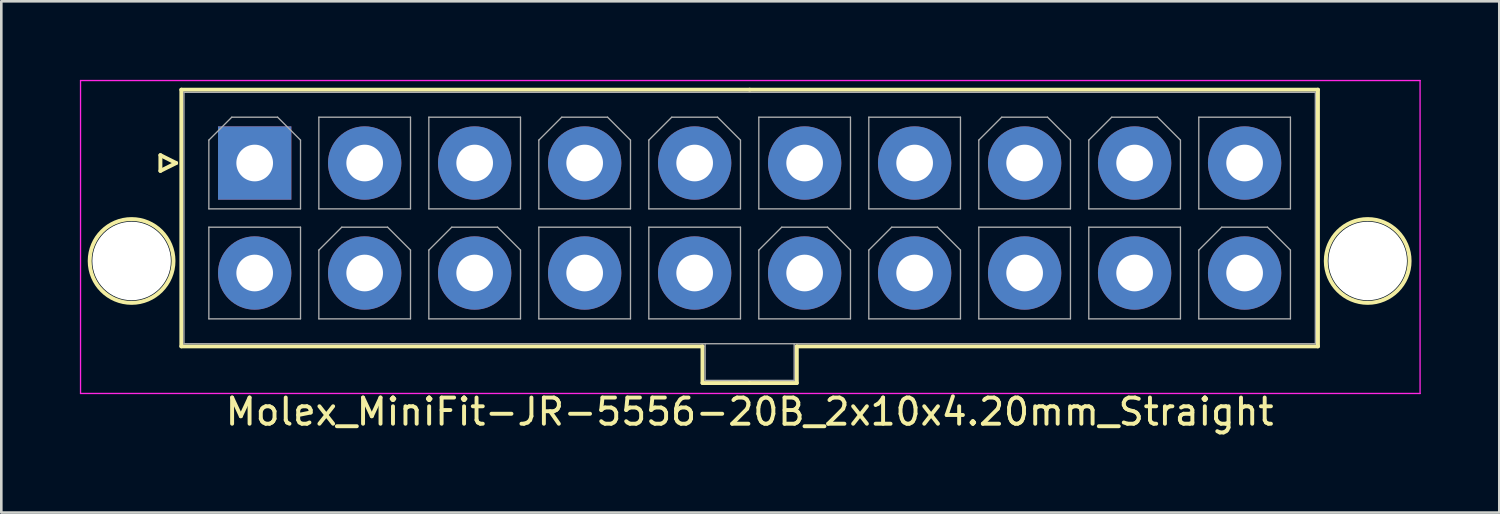
<source format=kicad_pcb>
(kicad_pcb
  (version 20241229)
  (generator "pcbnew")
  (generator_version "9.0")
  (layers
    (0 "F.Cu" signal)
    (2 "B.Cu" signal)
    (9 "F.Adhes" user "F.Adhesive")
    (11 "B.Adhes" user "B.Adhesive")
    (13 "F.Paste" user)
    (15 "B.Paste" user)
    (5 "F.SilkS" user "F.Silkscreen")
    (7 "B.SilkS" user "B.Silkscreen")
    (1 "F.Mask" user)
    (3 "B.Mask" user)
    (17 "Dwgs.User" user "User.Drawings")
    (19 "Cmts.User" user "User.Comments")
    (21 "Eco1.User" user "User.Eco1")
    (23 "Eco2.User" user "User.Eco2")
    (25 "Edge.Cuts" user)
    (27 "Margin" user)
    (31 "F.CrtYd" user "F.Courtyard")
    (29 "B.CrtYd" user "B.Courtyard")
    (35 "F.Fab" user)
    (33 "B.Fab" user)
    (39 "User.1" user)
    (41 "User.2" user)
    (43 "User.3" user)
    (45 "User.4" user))
  (footprint "Molex_MiniFit-JR-5556-20B_2x10x4.20mm_Straight"
    (layer "F.Cu")
    (at 6.675 3.175)
    (property "Reference" "Molex_MiniFit-JR-5556-20B_2x10x4.20mm_Straight" (at 18.9 9.5 0) (layer "F.SilkS") (effects (font (size 1 1) (thickness 0.15))))
    (attr through_hole)
    (fp_line (start -3.6 -0.3) (end -3 0) (stroke (width 0.15) (type solid)) (layer "F.SilkS"))
    (fp_line (start -3.6 0.3) (end -3.6 -0.3) (stroke (width 0.15) (type solid)) (layer "F.SilkS"))
    (fp_line (start -3 0) (end -3.6 0.3) (stroke (width 0.15) (type solid)) (layer "F.SilkS"))
    (fp_line (start -2.8 -2.8) (end -2.8 7) (stroke (width 0.15) (type solid)) (layer "F.SilkS"))
    (fp_line (start -2.8 7) (end 17.1 7) (stroke (width 0.15) (type solid)) (layer "F.SilkS"))
    (fp_line (start 17.1 7) (end 17.1 8.4) (stroke (width 0.15) (type solid)) (layer "F.SilkS"))
    (fp_line (start 17.1 8.4) (end 18.9 8.4) (stroke (width 0.15) (type solid)) (layer "F.SilkS"))
    (fp_line (start 18.9 -2.8) (end -2.8 -2.8) (stroke (width 0.15) (type solid)) (layer "F.SilkS"))
    (fp_line (start 18.9 -2.8) (end 40.6 -2.8) (stroke (width 0.15) (type solid)) (layer "F.SilkS"))
    (fp_line (start 20.7 7) (end 20.7 8.4) (stroke (width 0.15) (type solid)) (layer "F.SilkS"))
    (fp_line (start 20.7 8.4) (end 18.9 8.4) (stroke (width 0.15) (type solid)) (layer "F.SilkS"))
    (fp_line (start 40.6 -2.8) (end 40.6 7) (stroke (width 0.15) (type solid)) (layer "F.SilkS"))
    (fp_line (start 40.6 7) (end 20.7 7) (stroke (width 0.15) (type solid)) (layer "F.SilkS"))
    (fp_circle (center -4.7 3.74) (end -3.1 3.74) (stroke (width 0.15) (type solid)) (fill no) (layer "F.SilkS"))
    (fp_circle (center 42.5 3.74) (end 44.1 3.74) (stroke (width 0.15) (type solid)) (fill no) (layer "F.SilkS"))
    (fp_line (start -6.65 -3.15) (end -6.65 8.8) (stroke (width 0.05) (type solid)) (layer "F.CrtYd"))
    (fp_line (start -6.65 8.8) (end 44.5 8.8) (stroke (width 0.05) (type solid)) (layer "F.CrtYd"))
    (fp_line (start 44.5 -3.15) (end -6.65 -3.15) (stroke (width 0.05) (type solid)) (layer "F.CrtYd"))
    (fp_line (start 44.5 8.8) (end 44.5 -3.15) (stroke (width 0.05) (type solid)) (layer "F.CrtYd"))
    (fp_line (start -2.7 -2.7) (end -2.7 6.9) (stroke (width 0.05) (type solid)) (layer "F.Fab"))
    (fp_line (start -2.7 6.9) (end 40.5 6.9) (stroke (width 0.05) (type solid)) (layer "F.Fab"))
    (fp_line (start -1.75 -0.875) (end -0.875 -1.75) (stroke (width 0.05) (type solid)) (layer "F.Fab"))
    (fp_line (start -1.75 1.75) (end -1.75 -0.875) (stroke (width 0.05) (type solid)) (layer "F.Fab"))
    (fp_line (start -1.75 2.45) (end -1.75 5.95) (stroke (width 0.05) (type solid)) (layer "F.Fab"))
    (fp_line (start -1.75 5.95) (end 1.75 5.95) (stroke (width 0.05) (type solid)) (layer "F.Fab"))
    (fp_line (start -0.875 -1.75) (end 0.875 -1.75) (stroke (width 0.05) (type solid)) (layer "F.Fab"))
    (fp_line (start 0.875 -1.75) (end 1.75 -0.875) (stroke (width 0.05) (type solid)) (layer "F.Fab"))
    (fp_line (start 1.75 -0.875) (end 1.75 1.75) (stroke (width 0.05) (type solid)) (layer "F.Fab"))
    (fp_line (start 1.75 1.75) (end -1.75 1.75) (stroke (width 0.05) (type solid)) (layer "F.Fab"))
    (fp_line (start 1.75 2.45) (end -1.75 2.45) (stroke (width 0.05) (type solid)) (layer "F.Fab"))
    (fp_line (start 1.75 5.95) (end 1.75 2.45) (stroke (width 0.05) (type solid)) (layer "F.Fab"))
    (fp_line (start 2.45 -1.75) (end 2.45 1.75) (stroke (width 0.05) (type solid)) (layer "F.Fab"))
    (fp_line (start 2.45 1.75) (end 5.95 1.75) (stroke (width 0.05) (type solid)) (layer "F.Fab"))
    (fp_line (start 2.45 3.325) (end 3.325 2.45) (stroke (width 0.05) (type solid)) (layer "F.Fab"))
    (fp_line (start 2.45 5.95) (end 2.45 3.325) (stroke (width 0.05) (type solid)) (layer "F.Fab"))
    (fp_line (start 3.325 2.45) (end 5.075 2.45) (stroke (width 0.05) (type solid)) (layer "F.Fab"))
    (fp_line (start 5.075 2.45) (end 5.95 3.325) (stroke (width 0.05) (type solid)) (layer "F.Fab"))
    (fp_line (start 5.95 -1.75) (end 2.45 -1.75) (stroke (width 0.05) (type solid)) (layer "F.Fab"))
    (fp_line (start 5.95 1.75) (end 5.95 -1.75) (stroke (width 0.05) (type solid)) (layer "F.Fab"))
    (fp_line (start 5.95 3.325) (end 5.95 5.95) (stroke (width 0.05) (type solid)) (layer "F.Fab"))
    (fp_line (start 5.95 5.95) (end 2.45 5.95) (stroke (width 0.05) (type solid)) (layer "F.Fab"))
    (fp_line (start 6.65 -1.75) (end 6.65 1.75) (stroke (width 0.05) (type solid)) (layer "F.Fab"))
    (fp_line (start 6.65 1.75) (end 10.15 1.75) (stroke (width 0.05) (type solid)) (layer "F.Fab"))
    (fp_line (start 6.65 3.325) (end 7.525 2.45) (stroke (width 0.05) (type solid)) (layer "F.Fab"))
    (fp_line (start 6.65 5.95) (end 6.65 3.325) (stroke (width 0.05) (type solid)) (layer "F.Fab"))
    (fp_line (start 7.525 2.45) (end 9.275 2.45) (stroke (width 0.05) (type solid)) (layer "F.Fab"))
    (fp_line (start 9.275 2.45) (end 10.15 3.325) (stroke (width 0.05) (type solid)) (layer "F.Fab"))
    (fp_line (start 10.15 -1.75) (end 6.65 -1.75) (stroke (width 0.05) (type solid)) (layer "F.Fab"))
    (fp_line (start 10.15 1.75) (end 10.15 -1.75) (stroke (width 0.05) (type solid)) (layer "F.Fab"))
    (fp_line (start 10.15 3.325) (end 10.15 5.95) (stroke (width 0.05) (type solid)) (layer "F.Fab"))
    (fp_line (start 10.15 5.95) (end 6.65 5.95) (stroke (width 0.05) (type solid)) (layer "F.Fab"))
    (fp_line (start 10.85 -0.875) (end 11.725 -1.75) (stroke (width 0.05) (type solid)) (layer "F.Fab"))
    (fp_line (start 10.85 1.75) (end 10.85 -0.875) (stroke (width 0.05) (type solid)) (layer "F.Fab"))
    (fp_line (start 10.85 2.45) (end 10.85 5.95) (stroke (width 0.05) (type solid)) (layer "F.Fab"))
    (fp_line (start 10.85 5.95) (end 14.35 5.95) (stroke (width 0.05) (type solid)) (layer "F.Fab"))
    (fp_line (start 11.725 -1.75) (end 13.475 -1.75) (stroke (width 0.05) (type solid)) (layer "F.Fab"))
    (fp_line (start 13.475 -1.75) (end 14.35 -0.875) (stroke (width 0.05) (type solid)) (layer "F.Fab"))
    (fp_line (start 14.35 -0.875) (end 14.35 1.75) (stroke (width 0.05) (type solid)) (layer "F.Fab"))
    (fp_line (start 14.35 1.75) (end 10.85 1.75) (stroke (width 0.05) (type solid)) (layer "F.Fab"))
    (fp_line (start 14.35 2.45) (end 10.85 2.45) (stroke (width 0.05) (type solid)) (layer "F.Fab"))
    (fp_line (start 14.35 5.95) (end 14.35 2.45) (stroke (width 0.05) (type solid)) (layer "F.Fab"))
    (fp_line (start 15.05 -0.875) (end 15.925 -1.75) (stroke (width 0.05) (type solid)) (layer "F.Fab"))
    (fp_line (start 15.05 1.75) (end 15.05 -0.875) (stroke (width 0.05) (type solid)) (layer "F.Fab"))
    (fp_line (start 15.05 2.45) (end 15.05 5.95) (stroke (width 0.05) (type solid)) (layer "F.Fab"))
    (fp_line (start 15.05 5.95) (end 18.55 5.95) (stroke (width 0.05) (type solid)) (layer "F.Fab"))
    (fp_line (start 15.925 -1.75) (end 17.675 -1.75) (stroke (width 0.05) (type solid)) (layer "F.Fab"))
    (fp_line (start 17.2 6.9) (end 17.2 8.3) (stroke (width 0.05) (type solid)) (layer "F.Fab"))
    (fp_line (start 17.2 8.3) (end 20.6 8.3) (stroke (width 0.05) (type solid)) (layer "F.Fab"))
    (fp_line (start 17.675 -1.75) (end 18.55 -0.875) (stroke (width 0.05) (type solid)) (layer "F.Fab"))
    (fp_line (start 18.55 -0.875) (end 18.55 1.75) (stroke (width 0.05) (type solid)) (layer "F.Fab"))
    (fp_line (start 18.55 1.75) (end 15.05 1.75) (stroke (width 0.05) (type solid)) (layer "F.Fab"))
    (fp_line (start 18.55 2.45) (end 15.05 2.45) (stroke (width 0.05) (type solid)) (layer "F.Fab"))
    (fp_line (start 18.55 5.95) (end 18.55 2.45) (stroke (width 0.05) (type solid)) (layer "F.Fab"))
    (fp_line (start 19.25 -1.75) (end 19.25 1.75) (stroke (width 0.05) (type solid)) (layer "F.Fab"))
    (fp_line (start 19.25 1.75) (end 22.75 1.75) (stroke (width 0.05) (type solid)) (layer "F.Fab"))
    (fp_line (start 19.25 3.325) (end 20.125 2.45) (stroke (width 0.05) (type solid)) (layer "F.Fab"))
    (fp_line (start 19.25 5.95) (end 19.25 3.325) (stroke (width 0.05) (type solid)) (layer "F.Fab"))
    (fp_line (start 20.125 2.45) (end 21.875 2.45) (stroke (width 0.05) (type solid)) (layer "F.Fab"))
    (fp_line (start 20.6 8.3) (end 20.6 6.9) (stroke (width 0.05) (type solid)) (layer "F.Fab"))
    (fp_line (start 21.875 2.45) (end 22.75 3.325) (stroke (width 0.05) (type solid)) (layer "F.Fab"))
    (fp_line (start 22.75 -1.75) (end 19.25 -1.75) (stroke (width 0.05) (type solid)) (layer "F.Fab"))
    (fp_line (start 22.75 1.75) (end 22.75 -1.75) (stroke (width 0.05) (type solid)) (layer "F.Fab"))
    (fp_line (start 22.75 3.325) (end 22.75 5.95) (stroke (width 0.05) (type solid)) (layer "F.Fab"))
    (fp_line (start 22.75 5.95) (end 19.25 5.95) (stroke (width 0.05) (type solid)) (layer "F.Fab"))
    (fp_line (start 23.45 -1.75) (end 23.45 1.75) (stroke (width 0.05) (type solid)) (layer "F.Fab"))
    (fp_line (start 23.45 1.75) (end 26.95 1.75) (stroke (width 0.05) (type solid)) (layer "F.Fab"))
    (fp_line (start 23.45 3.325) (end 24.325 2.45) (stroke (width 0.05) (type solid)) (layer "F.Fab"))
    (fp_line (start 23.45 5.95) (end 23.45 3.325) (stroke (width 0.05) (type solid)) (layer "F.Fab"))
    (fp_line (start 24.325 2.45) (end 26.075 2.45) (stroke (width 0.05) (type solid)) (layer "F.Fab"))
    (fp_line (start 26.075 2.45) (end 26.95 3.325) (stroke (width 0.05) (type solid)) (layer "F.Fab"))
    (fp_line (start 26.95 -1.75) (end 23.45 -1.75) (stroke (width 0.05) (type solid)) (layer "F.Fab"))
    (fp_line (start 26.95 1.75) (end 26.95 -1.75) (stroke (width 0.05) (type solid)) (layer "F.Fab"))
    (fp_line (start 26.95 3.325) (end 26.95 5.95) (stroke (width 0.05) (type solid)) (layer "F.Fab"))
    (fp_line (start 26.95 5.95) (end 23.45 5.95) (stroke (width 0.05) (type solid)) (layer "F.Fab"))
    (fp_line (start 27.65 -0.875) (end 28.525 -1.75) (stroke (width 0.05) (type solid)) (layer "F.Fab"))
    (fp_line (start 27.65 1.75) (end 27.65 -0.875) (stroke (width 0.05) (type solid)) (layer "F.Fab"))
    (fp_line (start 27.65 2.45) (end 27.65 5.95) (stroke (width 0.05) (type solid)) (layer "F.Fab"))
    (fp_line (start 27.65 5.95) (end 31.15 5.95) (stroke (width 0.05) (type solid)) (layer "F.Fab"))
    (fp_line (start 28.525 -1.75) (end 30.275 -1.75) (stroke (width 0.05) (type solid)) (layer "F.Fab"))
    (fp_line (start 30.275 -1.75) (end 31.15 -0.875) (stroke (width 0.05) (type solid)) (layer "F.Fab"))
    (fp_line (start 31.15 -0.875) (end 31.15 1.75) (stroke (width 0.05) (type solid)) (layer "F.Fab"))
    (fp_line (start 31.15 1.75) (end 27.65 1.75) (stroke (width 0.05) (type solid)) (layer "F.Fab"))
    (fp_line (start 31.15 2.45) (end 27.65 2.45) (stroke (width 0.05) (type solid)) (layer "F.Fab"))
    (fp_line (start 31.15 5.95) (end 31.15 2.45) (stroke (width 0.05) (type solid)) (layer "F.Fab"))
    (fp_line (start 31.85 -0.875) (end 32.725 -1.75) (stroke (width 0.05) (type solid)) (layer "F.Fab"))
    (fp_line (start 31.85 1.75) (end 31.85 -0.875) (stroke (width 0.05) (type solid)) (layer "F.Fab"))
    (fp_line (start 31.85 2.45) (end 31.85 5.95) (stroke (width 0.05) (type solid)) (layer "F.Fab"))
    (fp_line (start 31.85 5.95) (end 35.35 5.95) (stroke (width 0.05) (type solid)) (layer "F.Fab"))
    (fp_line (start 32.725 -1.75) (end 34.475 -1.75) (stroke (width 0.05) (type solid)) (layer "F.Fab"))
    (fp_line (start 34.475 -1.75) (end 35.35 -0.875) (stroke (width 0.05) (type solid)) (layer "F.Fab"))
    (fp_line (start 35.35 -0.875) (end 35.35 1.75) (stroke (width 0.05) (type solid)) (layer "F.Fab"))
    (fp_line (start 35.35 1.75) (end 31.85 1.75) (stroke (width 0.05) (type solid)) (layer "F.Fab"))
    (fp_line (start 35.35 2.45) (end 31.85 2.45) (stroke (width 0.05) (type solid)) (layer "F.Fab"))
    (fp_line (start 35.35 5.95) (end 35.35 2.45) (stroke (width 0.05) (type solid)) (layer "F.Fab"))
    (fp_line (start 36.05 -1.75) (end 36.05 1.75) (stroke (width 0.05) (type solid)) (layer "F.Fab"))
    (fp_line (start 36.05 1.75) (end 39.55 1.75) (stroke (width 0.05) (type solid)) (layer "F.Fab"))
    (fp_line (start 36.05 3.325) (end 36.925 2.45) (stroke (width 0.05) (type solid)) (layer "F.Fab"))
    (fp_line (start 36.05 5.95) (end 36.05 3.325) (stroke (width 0.05) (type solid)) (layer "F.Fab"))
    (fp_line (start 36.925 2.45) (end 38.675 2.45) (stroke (width 0.05) (type solid)) (layer "F.Fab"))
    (fp_line (start 38.675 2.45) (end 39.55 3.325) (stroke (width 0.05) (type solid)) (layer "F.Fab"))
    (fp_line (start 39.55 -1.75) (end 36.05 -1.75) (stroke (width 0.05) (type solid)) (layer "F.Fab"))
    (fp_line (start 39.55 1.75) (end 39.55 -1.75) (stroke (width 0.05) (type solid)) (layer "F.Fab"))
    (fp_line (start 39.55 3.325) (end 39.55 5.95) (stroke (width 0.05) (type solid)) (layer "F.Fab"))
    (fp_line (start 39.55 5.95) (end 36.05 5.95) (stroke (width 0.05) (type solid)) (layer "F.Fab"))
    (fp_line (start 40.5 -2.7) (end -2.7 -2.7) (stroke (width 0.05) (type solid)) (layer "F.Fab"))
    (fp_line (start 40.5 6.9) (end 40.5 -2.7) (stroke (width 0.05) (type solid)) (layer "F.Fab"))
    (pad "" np_thru_hole circle (at -4.7 3.74) (size 3 3) (drill 3) (layers "*.Cu"))
    (pad "" np_thru_hole circle (at 42.5 3.74) (size 3 3) (drill 3) (layers "*.Cu"))
    (pad "1" thru_hole rect (at 0 0) (size 2.8 2.8) (drill 1.4) (layers "*.Cu" "*.Mask"))
    (pad "2" thru_hole circle (at 4.2 0) (size 2.8 2.8) (drill 1.4) (layers "*.Cu" "*.Mask"))
    (pad "3" thru_hole circle (at 8.4 0) (size 2.8 2.8) (drill 1.4) (layers "*.Cu" "*.Mask"))
    (pad "4" thru_hole circle (at 12.6 0) (size 2.8 2.8) (drill 1.4) (layers "*.Cu" "*.Mask"))
    (pad "5" thru_hole circle (at 16.8 0) (size 2.8 2.8) (drill 1.4) (layers "*.Cu" "*.Mask"))
    (pad "6" thru_hole circle (at 21 0) (size 2.8 2.8) (drill 1.4) (layers "*.Cu" "*.Mask"))
    (pad "7" thru_hole circle (at 25.2 0) (size 2.8 2.8) (drill 1.4) (layers "*.Cu" "*.Mask"))
    (pad "8" thru_hole circle (at 29.4 0) (size 2.8 2.8) (drill 1.4) (layers "*.Cu" "*.Mask"))
    (pad "9" thru_hole circle (at 33.6 0) (size 2.8 2.8) (drill 1.4) (layers "*.Cu" "*.Mask"))
    (pad "10" thru_hole circle (at 37.8 0) (size 2.8 2.8) (drill 1.4) (layers "*.Cu" "*.Mask"))
    (pad "11" thru_hole circle (at 0 4.2) (size 2.8 2.8) (drill 1.4) (layers "*.Cu" "*.Mask"))
    (pad "12" thru_hole circle (at 4.2 4.2) (size 2.8 2.8) (drill 1.4) (layers "*.Cu" "*.Mask"))
    (pad "13" thru_hole circle (at 8.4 4.2) (size 2.8 2.8) (drill 1.4) (layers "*.Cu" "*.Mask"))
    (pad "14" thru_hole circle (at 12.6 4.2) (size 2.8 2.8) (drill 1.4) (layers "*.Cu" "*.Mask"))
    (pad "15" thru_hole circle (at 16.8 4.2) (size 2.8 2.8) (drill 1.4) (layers "*.Cu" "*.Mask"))
    (pad "16" thru_hole circle (at 21 4.2) (size 2.8 2.8) (drill 1.4) (layers "*.Cu" "*.Mask"))
    (pad "17" thru_hole circle (at 25.2 4.2) (size 2.8 2.8) (drill 1.4) (layers "*.Cu" "*.Mask"))
    (pad "18" thru_hole circle (at 29.4 4.2) (size 2.8 2.8) (drill 1.4) (layers "*.Cu" "*.Mask"))
    (pad "19" thru_hole circle (at 33.6 4.2) (size 2.8 2.8) (drill 1.4) (layers "*.Cu" "*.Mask"))
    (pad "20" thru_hole circle (at 37.8 4.2) (size 2.8 2.8) (drill 1.4) (layers "*.Cu" "*.Mask")))
  (gr_rect
    (start -3 -3)
    (end 54.2 16.523)
    (stroke (width 0.1) (type default))
    (fill no)
    (layer "Edge.Cuts")))
</source>
